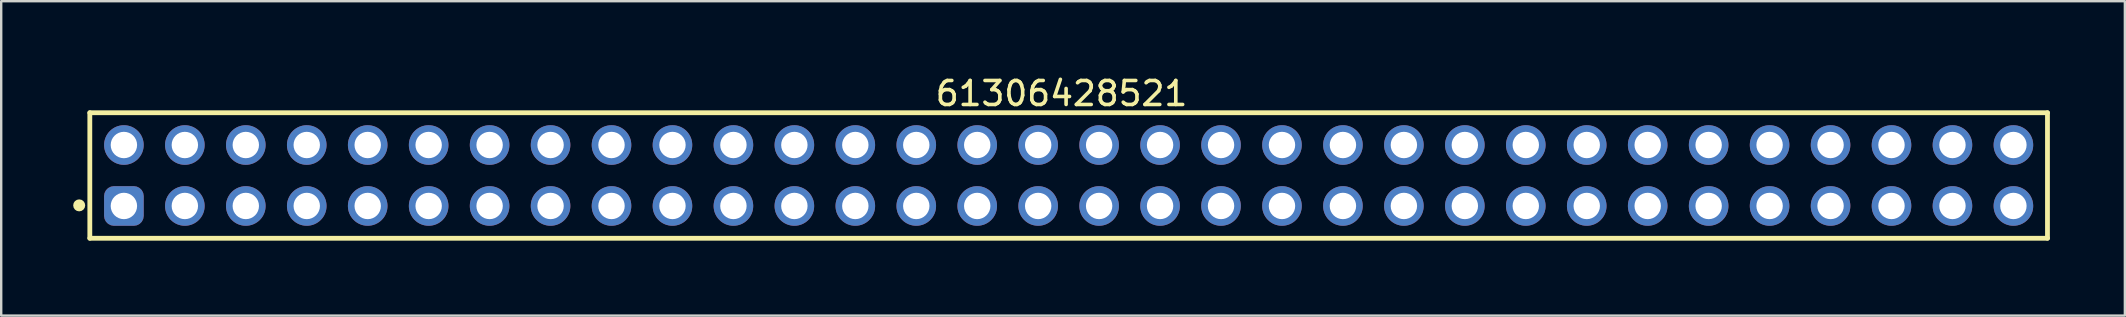
<source format=kicad_pcb>
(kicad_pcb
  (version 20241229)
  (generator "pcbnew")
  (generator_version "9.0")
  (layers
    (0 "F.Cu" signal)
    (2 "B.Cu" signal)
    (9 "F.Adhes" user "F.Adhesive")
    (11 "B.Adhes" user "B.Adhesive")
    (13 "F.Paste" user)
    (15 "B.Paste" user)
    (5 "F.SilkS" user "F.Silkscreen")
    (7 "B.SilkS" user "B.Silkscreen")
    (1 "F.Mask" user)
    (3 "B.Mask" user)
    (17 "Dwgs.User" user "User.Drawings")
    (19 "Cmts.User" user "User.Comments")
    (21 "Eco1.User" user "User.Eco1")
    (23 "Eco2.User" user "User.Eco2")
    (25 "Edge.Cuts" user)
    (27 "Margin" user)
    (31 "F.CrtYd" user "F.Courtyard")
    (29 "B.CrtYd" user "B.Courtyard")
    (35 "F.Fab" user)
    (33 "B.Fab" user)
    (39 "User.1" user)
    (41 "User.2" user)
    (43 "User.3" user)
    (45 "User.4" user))
  (footprint "61306428521"
    (layer "F.Cu")
    (at 41.483 4.263)
    (property "Reference" "61306428521" (at -0.297 -3.415 0) (layer "F.SilkS") (effects (font (size 1 1) (thickness 0.15))))
    (fp_line (start -40.79 -2.615) (end 40.79 -2.615) (stroke (width 0.2) (type solid)) (layer "F.SilkS"))
    (fp_line (start -40.79 2.615) (end -40.79 -2.615) (stroke (width 0.2) (type solid)) (layer "F.SilkS"))
    (fp_line (start -40.79 2.615) (end 40.79 2.615) (stroke (width 0.2) (type solid)) (layer "F.SilkS"))
    (fp_line (start 40.79 2.615) (end 40.79 -2.615) (stroke (width 0.2) (type solid)) (layer "F.SilkS"))
    (fp_circle (center -41.233 1.245) (end -41.233 1.12) (stroke (width 0.25) (type solid)) (fill no) (layer "F.SilkS"))
    (fp_line (start -40.99 -2.815) (end 40.99 -2.815) (stroke (width 0.05) (type solid)) (layer "Eco2.User"))
    (fp_line (start -40.99 2.815) (end -40.99 -2.815) (stroke (width 0.05) (type solid)) (layer "Eco2.User"))
    (fp_line (start -40.99 2.815) (end 40.99 2.815) (stroke (width 0.05) (type solid)) (layer "Eco2.User"))
    (fp_line (start -40.64 -2.54) (end 40.64 -2.54) (stroke (width 0.1) (type solid)) (layer "Eco2.User"))
    (fp_line (start -40.64 2.54) (end -40.64 -2.54) (stroke (width 0.1) (type solid)) (layer "Eco2.User"))
    (fp_line (start -40.64 2.54) (end 40.64 2.54) (stroke (width 0.1) (type solid)) (layer "Eco2.User"))
    (fp_line (start -0.5 0) (end 0.5 0) (stroke (width 0.05) (type solid)) (layer "Eco2.User"))
    (fp_line (start 0 0.5) (end 0 -0.5) (stroke (width 0.05) (type solid)) (layer "Eco2.User"))
    (fp_line (start 40.64 2.54) (end 40.64 -2.54) (stroke (width 0.1) (type solid)) (layer "Eco2.User"))
    (fp_line (start 40.99 2.815) (end 40.99 -2.815) (stroke (width 0.05) (type solid)) (layer "Eco2.User"))
    (fp_text user "${REFERENCE}" (at 0.15 -0.197 0) (unlocked yes) (layer "User.3") (effects (font (size 1.5 1.5) (thickness 0.15))))
    (pad "1" thru_hole roundrect (at -39.37 1.27) (size 1.65 1.65) (drill 1.1) (layers "*.Cu" "*.Mask") (roundrect_rratio 0.25))
    (pad "2" thru_hole circle (at -39.37 -1.27) (size 1.65 1.65) (drill 1.1) (layers "*.Cu" "*.Mask"))
    (pad "3" thru_hole circle (at -36.83 1.27) (size 1.65 1.65) (drill 1.1) (layers "*.Cu" "*.Mask"))
    (pad "4" thru_hole circle (at -36.83 -1.27) (size 1.65 1.65) (drill 1.1) (layers "*.Cu" "*.Mask"))
    (pad "5" thru_hole circle (at -34.29 1.27) (size 1.65 1.65) (drill 1.1) (layers "*.Cu" "*.Mask"))
    (pad "6" thru_hole circle (at -34.29 -1.27) (size 1.65 1.65) (drill 1.1) (layers "*.Cu" "*.Mask"))
    (pad "7" thru_hole circle (at -31.75 1.27) (size 1.65 1.65) (drill 1.1) (layers "*.Cu" "*.Mask"))
    (pad "8" thru_hole circle (at -31.75 -1.27) (size 1.65 1.65) (drill 1.1) (layers "*.Cu" "*.Mask"))
    (pad "9" thru_hole circle (at -29.21 1.27) (size 1.65 1.65) (drill 1.1) (layers "*.Cu" "*.Mask"))
    (pad "10" thru_hole circle (at -29.21 -1.27) (size 1.65 1.65) (drill 1.1) (layers "*.Cu" "*.Mask"))
    (pad "11" thru_hole circle (at -26.67 1.27) (size 1.65 1.65) (drill 1.1) (layers "*.Cu" "*.Mask"))
    (pad "12" thru_hole circle (at -26.67 -1.27) (size 1.65 1.65) (drill 1.1) (layers "*.Cu" "*.Mask"))
    (pad "13" thru_hole circle (at -24.13 1.27) (size 1.65 1.65) (drill 1.1) (layers "*.Cu" "*.Mask"))
    (pad "14" thru_hole circle (at -24.13 -1.27) (size 1.65 1.65) (drill 1.1) (layers "*.Cu" "*.Mask"))
    (pad "15" thru_hole circle (at -21.59 1.27) (size 1.65 1.65) (drill 1.1) (layers "*.Cu" "*.Mask"))
    (pad "16" thru_hole circle (at -21.59 -1.27) (size 1.65 1.65) (drill 1.1) (layers "*.Cu" "*.Mask"))
    (pad "17" thru_hole circle (at -19.05 1.27) (size 1.65 1.65) (drill 1.1) (layers "*.Cu" "*.Mask"))
    (pad "18" thru_hole circle (at -19.05 -1.27) (size 1.65 1.65) (drill 1.1) (layers "*.Cu" "*.Mask"))
    (pad "19" thru_hole circle (at -16.51 1.27) (size 1.65 1.65) (drill 1.1) (layers "*.Cu" "*.Mask"))
    (pad "20" thru_hole circle (at -16.51 -1.27) (size 1.65 1.65) (drill 1.1) (layers "*.Cu" "*.Mask"))
    (pad "21" thru_hole circle (at -13.97 1.27) (size 1.65 1.65) (drill 1.1) (layers "*.Cu" "*.Mask"))
    (pad "22" thru_hole circle (at -13.97 -1.27) (size 1.65 1.65) (drill 1.1) (layers "*.Cu" "*.Mask"))
    (pad "23" thru_hole circle (at -11.43 1.27) (size 1.65 1.65) (drill 1.1) (layers "*.Cu" "*.Mask"))
    (pad "24" thru_hole circle (at -11.43 -1.27) (size 1.65 1.65) (drill 1.1) (layers "*.Cu" "*.Mask"))
    (pad "25" thru_hole circle (at -8.89 1.27) (size 1.65 1.65) (drill 1.1) (layers "*.Cu" "*.Mask"))
    (pad "26" thru_hole circle (at -8.89 -1.27) (size 1.65 1.65) (drill 1.1) (layers "*.Cu" "*.Mask"))
    (pad "27" thru_hole circle (at -6.35 1.27) (size 1.65 1.65) (drill 1.1) (layers "*.Cu" "*.Mask"))
    (pad "28" thru_hole circle (at -6.35 -1.27) (size 1.65 1.65) (drill 1.1) (layers "*.Cu" "*.Mask"))
    (pad "29" thru_hole circle (at -3.81 1.27) (size 1.65 1.65) (drill 1.1) (layers "*.Cu" "*.Mask"))
    (pad "30" thru_hole circle (at -3.81 -1.27) (size 1.65 1.65) (drill 1.1) (layers "*.Cu" "*.Mask"))
    (pad "31" thru_hole circle (at -1.27 1.27) (size 1.65 1.65) (drill 1.1) (layers "*.Cu" "*.Mask"))
    (pad "32" thru_hole circle (at -1.27 -1.27) (size 1.65 1.65) (drill 1.1) (layers "*.Cu" "*.Mask"))
    (pad "33" thru_hole circle (at 1.27 1.27) (size 1.65 1.65) (drill 1.1) (layers "*.Cu" "*.Mask"))
    (pad "34" thru_hole circle (at 1.27 -1.27) (size 1.65 1.65) (drill 1.1) (layers "*.Cu" "*.Mask"))
    (pad "35" thru_hole circle (at 3.81 1.27) (size 1.65 1.65) (drill 1.1) (layers "*.Cu" "*.Mask"))
    (pad "36" thru_hole circle (at 3.81 -1.27) (size 1.65 1.65) (drill 1.1) (layers "*.Cu" "*.Mask"))
    (pad "37" thru_hole circle (at 6.35 1.27) (size 1.65 1.65) (drill 1.1) (layers "*.Cu" "*.Mask"))
    (pad "38" thru_hole circle (at 6.35 -1.27) (size 1.65 1.65) (drill 1.1) (layers "*.Cu" "*.Mask"))
    (pad "39" thru_hole circle (at 8.89 1.27) (size 1.65 1.65) (drill 1.1) (layers "*.Cu" "*.Mask"))
    (pad "40" thru_hole circle (at 8.89 -1.27) (size 1.65 1.65) (drill 1.1) (layers "*.Cu" "*.Mask"))
    (pad "41" thru_hole circle (at 11.43 1.27) (size 1.65 1.65) (drill 1.1) (layers "*.Cu" "*.Mask"))
    (pad "42" thru_hole circle (at 11.43 -1.27) (size 1.65 1.65) (drill 1.1) (layers "*.Cu" "*.Mask"))
    (pad "43" thru_hole circle (at 13.97 1.27) (size 1.65 1.65) (drill 1.1) (layers "*.Cu" "*.Mask"))
    (pad "44" thru_hole circle (at 13.97 -1.27) (size 1.65 1.65) (drill 1.1) (layers "*.Cu" "*.Mask"))
    (pad "45" thru_hole circle (at 16.51 1.27) (size 1.65 1.65) (drill 1.1) (layers "*.Cu" "*.Mask"))
    (pad "46" thru_hole circle (at 16.51 -1.27) (size 1.65 1.65) (drill 1.1) (layers "*.Cu" "*.Mask"))
    (pad "47" thru_hole circle (at 19.05 1.27) (size 1.65 1.65) (drill 1.1) (layers "*.Cu" "*.Mask"))
    (pad "48" thru_hole circle (at 19.05 -1.27) (size 1.65 1.65) (drill 1.1) (layers "*.Cu" "*.Mask"))
    (pad "49" thru_hole circle (at 21.59 1.27) (size 1.65 1.65) (drill 1.1) (layers "*.Cu" "*.Mask"))
    (pad "50" thru_hole circle (at 21.59 -1.27) (size 1.65 1.65) (drill 1.1) (layers "*.Cu" "*.Mask"))
    (pad "51" thru_hole circle (at 24.13 1.27) (size 1.65 1.65) (drill 1.1) (layers "*.Cu" "*.Mask"))
    (pad "52" thru_hole circle (at 24.13 -1.27) (size 1.65 1.65) (drill 1.1) (layers "*.Cu" "*.Mask"))
    (pad "53" thru_hole circle (at 26.67 1.27) (size 1.65 1.65) (drill 1.1) (layers "*.Cu" "*.Mask"))
    (pad "54" thru_hole circle (at 26.67 -1.27) (size 1.65 1.65) (drill 1.1) (layers "*.Cu" "*.Mask"))
    (pad "55" thru_hole circle (at 29.21 1.27) (size 1.65 1.65) (drill 1.1) (layers "*.Cu" "*.Mask"))
    (pad "56" thru_hole circle (at 29.21 -1.27) (size 1.65 1.65) (drill 1.1) (layers "*.Cu" "*.Mask"))
    (pad "57" thru_hole circle (at 31.75 1.27) (size 1.65 1.65) (drill 1.1) (layers "*.Cu" "*.Mask"))
    (pad "58" thru_hole circle (at 31.75 -1.27) (size 1.65 1.65) (drill 1.1) (layers "*.Cu" "*.Mask"))
    (pad "59" thru_hole circle (at 34.29 1.27) (size 1.65 1.65) (drill 1.1) (layers "*.Cu" "*.Mask"))
    (pad "60" thru_hole circle (at 34.29 -1.27) (size 1.65 1.65) (drill 1.1) (layers "*.Cu" "*.Mask"))
    (pad "61" thru_hole circle (at 36.83 1.27) (size 1.65 1.65) (drill 1.1) (layers "*.Cu" "*.Mask"))
    (pad "62" thru_hole circle (at 36.83 -1.27) (size 1.65 1.65) (drill 1.1) (layers "*.Cu" "*.Mask"))
    (pad "63" thru_hole circle (at 39.37 1.27) (size 1.65 1.65) (drill 1.1) (layers "*.Cu" "*.Mask"))
    (pad "64" thru_hole circle (at 39.37 -1.27) (size 1.65 1.65) (drill 1.1) (layers "*.Cu" "*.Mask")))
  (gr_rect
    (start -3 -3)
    (end 85.498 10.103)
    (stroke (width 0.1) (type default))
    (fill no)
    (layer "Edge.Cuts")))
</source>
